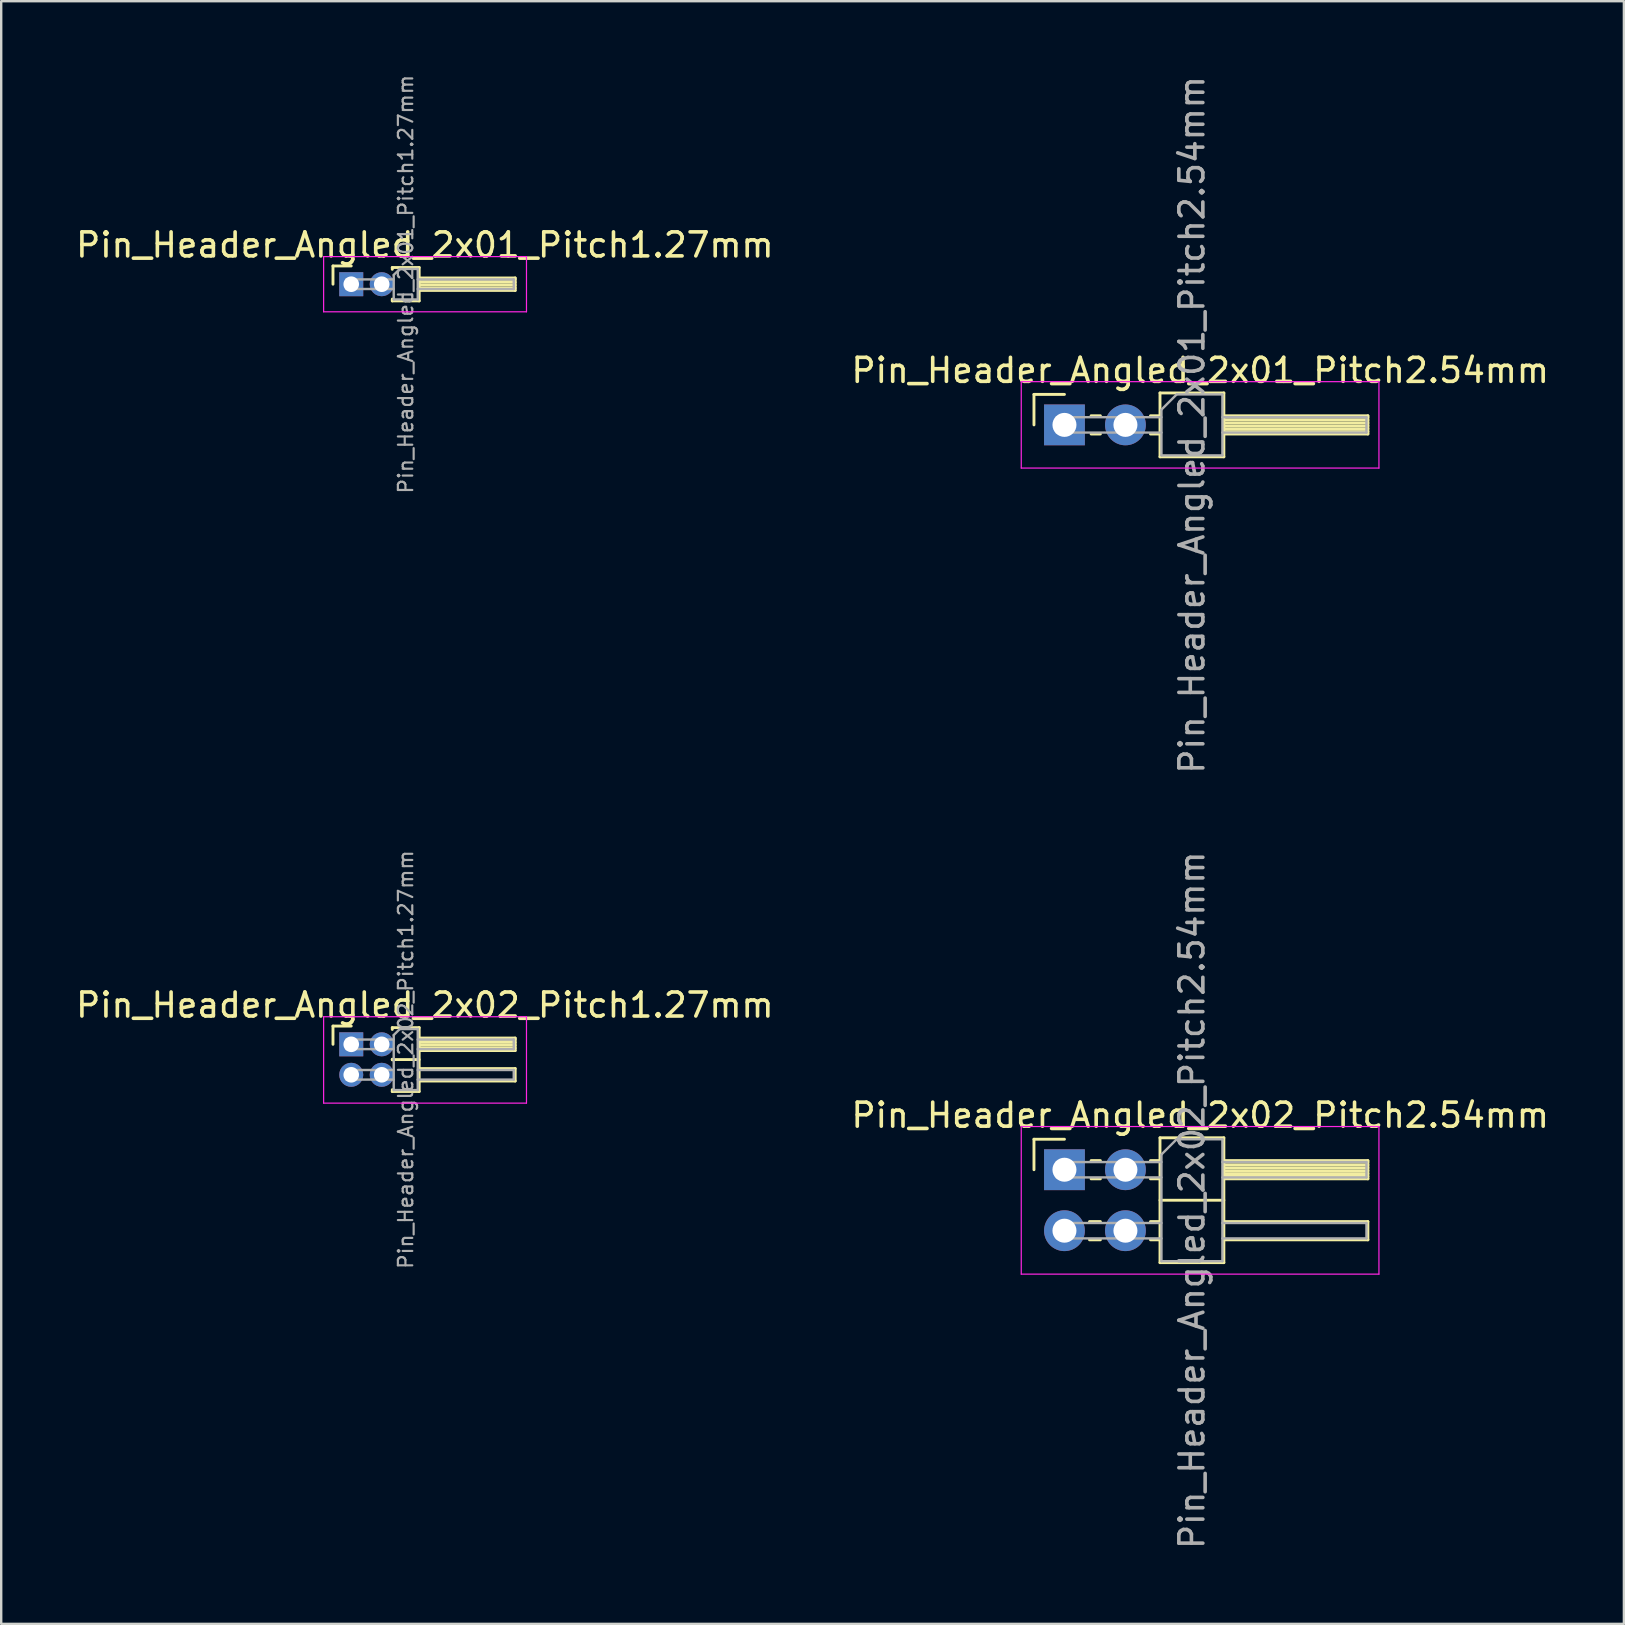
<source format=kicad_pcb>
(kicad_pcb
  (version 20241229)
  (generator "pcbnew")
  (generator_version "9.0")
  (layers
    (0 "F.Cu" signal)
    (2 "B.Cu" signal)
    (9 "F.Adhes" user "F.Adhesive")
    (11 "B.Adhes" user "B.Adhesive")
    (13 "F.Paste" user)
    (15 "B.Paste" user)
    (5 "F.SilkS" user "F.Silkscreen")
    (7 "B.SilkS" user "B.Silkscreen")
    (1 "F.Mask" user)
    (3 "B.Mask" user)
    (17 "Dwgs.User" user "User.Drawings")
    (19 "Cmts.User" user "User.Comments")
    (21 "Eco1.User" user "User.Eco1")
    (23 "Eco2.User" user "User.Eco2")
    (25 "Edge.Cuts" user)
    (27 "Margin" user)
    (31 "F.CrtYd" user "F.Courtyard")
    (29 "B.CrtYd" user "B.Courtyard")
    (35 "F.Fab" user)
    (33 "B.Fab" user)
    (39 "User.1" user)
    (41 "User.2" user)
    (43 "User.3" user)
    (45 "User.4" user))
  (footprint "Pin_Header_Angled_2x02_Pitch2.54mm"
    (layer "F.Cu")
    (at 41.291 45.676)
    (property "Reference" "Pin_Header_Angled_2x02_Pitch2.54mm" (at 5.655 -2.27 0) (layer "F.SilkS") (effects (font (size 1 1) (thickness 0.15))))
    (attr through_hole)
    (fp_line (start -1.27 -1.27) (end 0 -1.27) (stroke (width 0.12) (type solid)) (layer "F.SilkS"))
    (fp_line (start -1.27 0) (end -1.27 -1.27) (stroke (width 0.12) (type solid)) (layer "F.SilkS"))
    (fp_line (start 1.043 2.16) (end 1.497 2.16) (stroke (width 0.12) (type solid)) (layer "F.SilkS"))
    (fp_line (start 1.043 2.92) (end 1.497 2.92) (stroke (width 0.12) (type solid)) (layer "F.SilkS"))
    (fp_line (start 1.11 -0.38) (end 1.497 -0.38) (stroke (width 0.12) (type solid)) (layer "F.SilkS"))
    (fp_line (start 1.11 0.38) (end 1.497 0.38) (stroke (width 0.12) (type solid)) (layer "F.SilkS"))
    (fp_line (start 3.583 -0.38) (end 3.98 -0.38) (stroke (width 0.12) (type solid)) (layer "F.SilkS"))
    (fp_line (start 3.583 0.38) (end 3.98 0.38) (stroke (width 0.12) (type solid)) (layer "F.SilkS"))
    (fp_line (start 3.583 2.16) (end 3.98 2.16) (stroke (width 0.12) (type solid)) (layer "F.SilkS"))
    (fp_line (start 3.583 2.92) (end 3.98 2.92) (stroke (width 0.12) (type solid)) (layer "F.SilkS"))
    (fp_line (start 3.98 -1.33) (end 3.98 3.87) (stroke (width 0.12) (type solid)) (layer "F.SilkS"))
    (fp_line (start 3.98 1.27) (end 6.64 1.27) (stroke (width 0.12) (type solid)) (layer "F.SilkS"))
    (fp_line (start 3.98 3.87) (end 6.64 3.87) (stroke (width 0.12) (type solid)) (layer "F.SilkS"))
    (fp_line (start 6.64 -1.33) (end 3.98 -1.33) (stroke (width 0.12) (type solid)) (layer "F.SilkS"))
    (fp_line (start 6.64 -0.38) (end 12.64 -0.38) (stroke (width 0.12) (type solid)) (layer "F.SilkS"))
    (fp_line (start 6.64 -0.32) (end 12.64 -0.32) (stroke (width 0.12) (type solid)) (layer "F.SilkS"))
    (fp_line (start 6.64 -0.2) (end 12.64 -0.2) (stroke (width 0.12) (type solid)) (layer "F.SilkS"))
    (fp_line (start 6.64 -0.08) (end 12.64 -0.08) (stroke (width 0.12) (type solid)) (layer "F.SilkS"))
    (fp_line (start 6.64 0.04) (end 12.64 0.04) (stroke (width 0.12) (type solid)) (layer "F.SilkS"))
    (fp_line (start 6.64 0.16) (end 12.64 0.16) (stroke (width 0.12) (type solid)) (layer "F.SilkS"))
    (fp_line (start 6.64 0.28) (end 12.64 0.28) (stroke (width 0.12) (type solid)) (layer "F.SilkS"))
    (fp_line (start 6.64 2.16) (end 12.64 2.16) (stroke (width 0.12) (type solid)) (layer "F.SilkS"))
    (fp_line (start 6.64 3.87) (end 6.64 -1.33) (stroke (width 0.12) (type solid)) (layer "F.SilkS"))
    (fp_line (start 12.64 -0.38) (end 12.64 0.38) (stroke (width 0.12) (type solid)) (layer "F.SilkS"))
    (fp_line (start 12.64 0.38) (end 6.64 0.38) (stroke (width 0.12) (type solid)) (layer "F.SilkS"))
    (fp_line (start 12.64 2.16) (end 12.64 2.92) (stroke (width 0.12) (type solid)) (layer "F.SilkS"))
    (fp_line (start 12.64 2.92) (end 6.64 2.92) (stroke (width 0.12) (type solid)) (layer "F.SilkS"))
    (fp_line (start -1.8 -1.8) (end -1.8 4.35) (stroke (width 0.05) (type solid)) (layer "F.CrtYd"))
    (fp_line (start -1.8 4.35) (end 13.1 4.35) (stroke (width 0.05) (type solid)) (layer "F.CrtYd"))
    (fp_line (start 13.1 -1.8) (end -1.8 -1.8) (stroke (width 0.05) (type solid)) (layer "F.CrtYd"))
    (fp_line (start 13.1 4.35) (end 13.1 -1.8) (stroke (width 0.05) (type solid)) (layer "F.CrtYd"))
    (fp_line (start -0.32 -0.32) (end -0.32 0.32) (stroke (width 0.1) (type solid)) (layer "F.Fab"))
    (fp_line (start -0.32 -0.32) (end 4.04 -0.32) (stroke (width 0.1) (type solid)) (layer "F.Fab"))
    (fp_line (start -0.32 0.32) (end 4.04 0.32) (stroke (width 0.1) (type solid)) (layer "F.Fab"))
    (fp_line (start -0.32 2.22) (end -0.32 2.86) (stroke (width 0.1) (type solid)) (layer "F.Fab"))
    (fp_line (start -0.32 2.22) (end 4.04 2.22) (stroke (width 0.1) (type solid)) (layer "F.Fab"))
    (fp_line (start -0.32 2.86) (end 4.04 2.86) (stroke (width 0.1) (type solid)) (layer "F.Fab"))
    (fp_line (start 4.04 -0.635) (end 4.675 -1.27) (stroke (width 0.1) (type solid)) (layer "F.Fab"))
    (fp_line (start 4.04 3.81) (end 4.04 -0.635) (stroke (width 0.1) (type solid)) (layer "F.Fab"))
    (fp_line (start 4.675 -1.27) (end 6.58 -1.27) (stroke (width 0.1) (type solid)) (layer "F.Fab"))
    (fp_line (start 6.58 -1.27) (end 6.58 3.81) (stroke (width 0.1) (type solid)) (layer "F.Fab"))
    (fp_line (start 6.58 -0.32) (end 12.58 -0.32) (stroke (width 0.1) (type solid)) (layer "F.Fab"))
    (fp_line (start 6.58 0.32) (end 12.58 0.32) (stroke (width 0.1) (type solid)) (layer "F.Fab"))
    (fp_line (start 6.58 2.22) (end 12.58 2.22) (stroke (width 0.1) (type solid)) (layer "F.Fab"))
    (fp_line (start 6.58 2.86) (end 12.58 2.86) (stroke (width 0.1) (type solid)) (layer "F.Fab"))
    (fp_line (start 6.58 3.81) (end 4.04 3.81) (stroke (width 0.1) (type solid)) (layer "F.Fab"))
    (fp_line (start 12.58 -0.32) (end 12.58 0.32) (stroke (width 0.1) (type solid)) (layer "F.Fab"))
    (fp_line (start 12.58 2.22) (end 12.58 2.86) (stroke (width 0.1) (type solid)) (layer "F.Fab"))
    (fp_text user "${REFERENCE}" (at 5.31 1.27 90) (layer "F.Fab") (effects (font (size 1 1) (thickness 0.15))))
    (pad "1" thru_hole rect (at 0 0) (size 1.7 1.7) (drill 1) (layers "*.Cu" "*.Mask"))
    (pad "2" thru_hole oval (at 2.54 0) (size 1.7 1.7) (drill 1) (layers "*.Cu" "*.Mask"))
    (pad "3" thru_hole oval (at 0 2.54) (size 1.7 1.7) (drill 1) (layers "*.Cu" "*.Mask"))
    (pad "4" thru_hole oval (at 2.54 2.54) (size 1.7 1.7) (drill 1) (layers "*.Cu" "*.Mask")))
  (footprint "Pin_Header_Angled_2x01_Pitch2.54mm"
    (layer "F.Cu")
    (at 41.291 14.649)
    (property "Reference" "Pin_Header_Angled_2x01_Pitch2.54mm" (at 5.655 -2.27 0) (layer "F.SilkS") (effects (font (size 1 1) (thickness 0.15))))
    (attr through_hole)
    (fp_line (start -1.27 -1.27) (end 0 -1.27) (stroke (width 0.12) (type solid)) (layer "F.SilkS"))
    (fp_line (start -1.27 0) (end -1.27 -1.27) (stroke (width 0.12) (type solid)) (layer "F.SilkS"))
    (fp_line (start 1.11 -0.38) (end 1.497 -0.38) (stroke (width 0.12) (type solid)) (layer "F.SilkS"))
    (fp_line (start 1.11 0.38) (end 1.497 0.38) (stroke (width 0.12) (type solid)) (layer "F.SilkS"))
    (fp_line (start 3.583 -0.38) (end 3.98 -0.38) (stroke (width 0.12) (type solid)) (layer "F.SilkS"))
    (fp_line (start 3.583 0.38) (end 3.98 0.38) (stroke (width 0.12) (type solid)) (layer "F.SilkS"))
    (fp_line (start 3.98 -1.33) (end 3.98 1.33) (stroke (width 0.12) (type solid)) (layer "F.SilkS"))
    (fp_line (start 3.98 1.33) (end 6.64 1.33) (stroke (width 0.12) (type solid)) (layer "F.SilkS"))
    (fp_line (start 6.64 -1.33) (end 3.98 -1.33) (stroke (width 0.12) (type solid)) (layer "F.SilkS"))
    (fp_line (start 6.64 -0.38) (end 12.64 -0.38) (stroke (width 0.12) (type solid)) (layer "F.SilkS"))
    (fp_line (start 6.64 -0.32) (end 12.64 -0.32) (stroke (width 0.12) (type solid)) (layer "F.SilkS"))
    (fp_line (start 6.64 -0.2) (end 12.64 -0.2) (stroke (width 0.12) (type solid)) (layer "F.SilkS"))
    (fp_line (start 6.64 -0.08) (end 12.64 -0.08) (stroke (width 0.12) (type solid)) (layer "F.SilkS"))
    (fp_line (start 6.64 0.04) (end 12.64 0.04) (stroke (width 0.12) (type solid)) (layer "F.SilkS"))
    (fp_line (start 6.64 0.16) (end 12.64 0.16) (stroke (width 0.12) (type solid)) (layer "F.SilkS"))
    (fp_line (start 6.64 0.28) (end 12.64 0.28) (stroke (width 0.12) (type solid)) (layer "F.SilkS"))
    (fp_line (start 6.64 1.33) (end 6.64 -1.33) (stroke (width 0.12) (type solid)) (layer "F.SilkS"))
    (fp_line (start 12.64 -0.38) (end 12.64 0.38) (stroke (width 0.12) (type solid)) (layer "F.SilkS"))
    (fp_line (start 12.64 0.38) (end 6.64 0.38) (stroke (width 0.12) (type solid)) (layer "F.SilkS"))
    (fp_line (start -1.8 -1.8) (end -1.8 1.8) (stroke (width 0.05) (type solid)) (layer "F.CrtYd"))
    (fp_line (start -1.8 1.8) (end 13.1 1.8) (stroke (width 0.05) (type solid)) (layer "F.CrtYd"))
    (fp_line (start 13.1 -1.8) (end -1.8 -1.8) (stroke (width 0.05) (type solid)) (layer "F.CrtYd"))
    (fp_line (start 13.1 1.8) (end 13.1 -1.8) (stroke (width 0.05) (type solid)) (layer "F.CrtYd"))
    (fp_line (start -0.32 -0.32) (end -0.32 0.32) (stroke (width 0.1) (type solid)) (layer "F.Fab"))
    (fp_line (start -0.32 -0.32) (end 4.04 -0.32) (stroke (width 0.1) (type solid)) (layer "F.Fab"))
    (fp_line (start -0.32 0.32) (end 4.04 0.32) (stroke (width 0.1) (type solid)) (layer "F.Fab"))
    (fp_line (start 4.04 -0.635) (end 4.675 -1.27) (stroke (width 0.1) (type solid)) (layer "F.Fab"))
    (fp_line (start 4.04 1.27) (end 4.04 -0.635) (stroke (width 0.1) (type solid)) (layer "F.Fab"))
    (fp_line (start 4.675 -1.27) (end 6.58 -1.27) (stroke (width 0.1) (type solid)) (layer "F.Fab"))
    (fp_line (start 6.58 -1.27) (end 6.58 1.27) (stroke (width 0.1) (type solid)) (layer "F.Fab"))
    (fp_line (start 6.58 -0.32) (end 12.58 -0.32) (stroke (width 0.1) (type solid)) (layer "F.Fab"))
    (fp_line (start 6.58 0.32) (end 12.58 0.32) (stroke (width 0.1) (type solid)) (layer "F.Fab"))
    (fp_line (start 6.58 1.27) (end 4.04 1.27) (stroke (width 0.1) (type solid)) (layer "F.Fab"))
    (fp_line (start 12.58 -0.32) (end 12.58 0.32) (stroke (width 0.1) (type solid)) (layer "F.Fab"))
    (fp_text user "${REFERENCE}" (at 5.31 0 90) (layer "F.Fab") (effects (font (size 1 1) (thickness 0.15))))
    (pad "1" thru_hole rect (at 0 0) (size 1.7 1.7) (drill 1) (layers "*.Cu" "*.Mask"))
    (pad "2" thru_hole oval (at 2.54 0) (size 1.7 1.7) (drill 1) (layers "*.Cu" "*.Mask")))
  (footprint "Pin_Header_Angled_2x01_Pitch1.27mm"
    (layer "F.Cu")
    (at 11.581 8.789)
    (property "Reference" "Pin_Header_Angled_2x01_Pitch1.27mm" (at 3.067 -1.635 0) (layer "F.SilkS") (effects (font (size 1 1) (thickness 0.15))))
    (attr through_hole)
    (fp_line (start -0.76 -0.76) (end 0 -0.76) (stroke (width 0.12) (type solid)) (layer "F.SilkS"))
    (fp_line (start -0.76 0) (end -0.76 -0.76) (stroke (width 0.12) (type solid)) (layer "F.SilkS"))
    (fp_line (start 1.71 -0.695) (end 2.83 -0.695) (stroke (width 0.12) (type solid)) (layer "F.SilkS"))
    (fp_line (start 1.71 -0.62) (end 1.71 -0.695) (stroke (width 0.12) (type solid)) (layer "F.SilkS"))
    (fp_line (start 1.71 0.695) (end 1.71 0.62) (stroke (width 0.12) (type solid)) (layer "F.SilkS"))
    (fp_line (start 2.83 -0.695) (end 2.83 0.695) (stroke (width 0.12) (type solid)) (layer "F.SilkS"))
    (fp_line (start 2.83 -0.26) (end 6.83 -0.26) (stroke (width 0.12) (type solid)) (layer "F.SilkS"))
    (fp_line (start 2.83 -0.2) (end 6.83 -0.2) (stroke (width 0.12) (type solid)) (layer "F.SilkS"))
    (fp_line (start 2.83 -0.08) (end 6.83 -0.08) (stroke (width 0.12) (type solid)) (layer "F.SilkS"))
    (fp_line (start 2.83 0.04) (end 6.83 0.04) (stroke (width 0.12) (type solid)) (layer "F.SilkS"))
    (fp_line (start 2.83 0.16) (end 6.83 0.16) (stroke (width 0.12) (type solid)) (layer "F.SilkS"))
    (fp_line (start 2.83 0.695) (end 1.71 0.695) (stroke (width 0.12) (type solid)) (layer "F.SilkS"))
    (fp_line (start 6.83 -0.26) (end 6.83 0.26) (stroke (width 0.12) (type solid)) (layer "F.SilkS"))
    (fp_line (start 6.83 0.26) (end 2.83 0.26) (stroke (width 0.12) (type solid)) (layer "F.SilkS"))
    (fp_line (start -1.15 -1.15) (end -1.15 1.15) (stroke (width 0.05) (type solid)) (layer "F.CrtYd"))
    (fp_line (start -1.15 1.15) (end 7.3 1.15) (stroke (width 0.05) (type solid)) (layer "F.CrtYd"))
    (fp_line (start 7.3 -1.15) (end -1.15 -1.15) (stroke (width 0.05) (type solid)) (layer "F.CrtYd"))
    (fp_line (start 7.3 1.15) (end 7.3 -1.15) (stroke (width 0.05) (type solid)) (layer "F.CrtYd"))
    (fp_line (start -0.2 -0.2) (end -0.2 0.2) (stroke (width 0.1) (type solid)) (layer "F.Fab"))
    (fp_line (start -0.2 -0.2) (end 1.77 -0.2) (stroke (width 0.1) (type solid)) (layer "F.Fab"))
    (fp_line (start -0.2 0.2) (end 1.77 0.2) (stroke (width 0.1) (type solid)) (layer "F.Fab"))
    (fp_line (start 1.77 -0.385) (end 2.02 -0.635) (stroke (width 0.1) (type solid)) (layer "F.Fab"))
    (fp_line (start 1.77 0.635) (end 1.77 -0.385) (stroke (width 0.1) (type solid)) (layer "F.Fab"))
    (fp_line (start 2.02 -0.635) (end 2.77 -0.635) (stroke (width 0.1) (type solid)) (layer "F.Fab"))
    (fp_line (start 2.77 -0.635) (end 2.77 0.635) (stroke (width 0.1) (type solid)) (layer "F.Fab"))
    (fp_line (start 2.77 -0.2) (end 6.77 -0.2) (stroke (width 0.1) (type solid)) (layer "F.Fab"))
    (fp_line (start 2.77 0.2) (end 6.77 0.2) (stroke (width 0.1) (type solid)) (layer "F.Fab"))
    (fp_line (start 2.77 0.635) (end 1.77 0.635) (stroke (width 0.1) (type solid)) (layer "F.Fab"))
    (fp_line (start 6.77 -0.2) (end 6.77 0.2) (stroke (width 0.1) (type solid)) (layer "F.Fab"))
    (fp_text user "${REFERENCE}" (at 2.27 0 90) (layer "F.Fab") (effects (font (size 0.6 0.6) (thickness 0.09))))
    (pad "1" thru_hole rect (at 0 0) (size 1 1) (drill 0.65) (layers "*.Cu" "*.Mask"))
    (pad "2" thru_hole oval (at 1.27 0) (size 1 1) (drill 0.65) (layers "*.Cu" "*.Mask")))
  (footprint "Pin_Header_Angled_2x02_Pitch1.27mm"
    (layer "F.Cu")
    (at 11.581 40.452)
    (property "Reference" "Pin_Header_Angled_2x02_Pitch1.27mm" (at 3.067 -1.635 0) (layer "F.SilkS") (effects (font (size 1 1) (thickness 0.15))))
    (attr through_hole)
    (fp_line (start -0.76 -0.76) (end 0 -0.76) (stroke (width 0.12) (type solid)) (layer "F.SilkS"))
    (fp_line (start -0.76 0) (end -0.76 -0.76) (stroke (width 0.12) (type solid)) (layer "F.SilkS"))
    (fp_line (start 1.71 -0.695) (end 2.83 -0.695) (stroke (width 0.12) (type solid)) (layer "F.SilkS"))
    (fp_line (start 1.71 -0.62) (end 1.71 -0.695) (stroke (width 0.12) (type solid)) (layer "F.SilkS"))
    (fp_line (start 1.71 0.62) (end 1.71 0.65) (stroke (width 0.12) (type solid)) (layer "F.SilkS"))
    (fp_line (start 1.71 0.635) (end 2.83 0.635) (stroke (width 0.12) (type solid)) (layer "F.SilkS"))
    (fp_line (start 1.71 1.965) (end 1.71 1.89) (stroke (width 0.12) (type solid)) (layer "F.SilkS"))
    (fp_line (start 2.83 -0.695) (end 2.83 1.965) (stroke (width 0.12) (type solid)) (layer "F.SilkS"))
    (fp_line (start 2.83 -0.26) (end 6.83 -0.26) (stroke (width 0.12) (type solid)) (layer "F.SilkS"))
    (fp_line (start 2.83 -0.2) (end 6.83 -0.2) (stroke (width 0.12) (type solid)) (layer "F.SilkS"))
    (fp_line (start 2.83 -0.08) (end 6.83 -0.08) (stroke (width 0.12) (type solid)) (layer "F.SilkS"))
    (fp_line (start 2.83 0.04) (end 6.83 0.04) (stroke (width 0.12) (type solid)) (layer "F.SilkS"))
    (fp_line (start 2.83 0.16) (end 6.83 0.16) (stroke (width 0.12) (type solid)) (layer "F.SilkS"))
    (fp_line (start 2.83 1.01) (end 6.83 1.01) (stroke (width 0.12) (type solid)) (layer "F.SilkS"))
    (fp_line (start 2.83 1.965) (end 1.71 1.965) (stroke (width 0.12) (type solid)) (layer "F.SilkS"))
    (fp_line (start 6.83 -0.26) (end 6.83 0.26) (stroke (width 0.12) (type solid)) (layer "F.SilkS"))
    (fp_line (start 6.83 0.26) (end 2.83 0.26) (stroke (width 0.12) (type solid)) (layer "F.SilkS"))
    (fp_line (start 6.83 1.01) (end 6.83 1.53) (stroke (width 0.12) (type solid)) (layer "F.SilkS"))
    (fp_line (start 6.83 1.53) (end 2.83 1.53) (stroke (width 0.12) (type solid)) (layer "F.SilkS"))
    (fp_line (start -1.15 -1.15) (end -1.15 2.45) (stroke (width 0.05) (type solid)) (layer "F.CrtYd"))
    (fp_line (start -1.15 2.45) (end 7.3 2.45) (stroke (width 0.05) (type solid)) (layer "F.CrtYd"))
    (fp_line (start 7.3 -1.15) (end -1.15 -1.15) (stroke (width 0.05) (type solid)) (layer "F.CrtYd"))
    (fp_line (start 7.3 2.45) (end 7.3 -1.15) (stroke (width 0.05) (type solid)) (layer "F.CrtYd"))
    (fp_line (start -0.2 -0.2) (end -0.2 0.2) (stroke (width 0.1) (type solid)) (layer "F.Fab"))
    (fp_line (start -0.2 -0.2) (end 1.77 -0.2) (stroke (width 0.1) (type solid)) (layer "F.Fab"))
    (fp_line (start -0.2 0.2) (end 1.77 0.2) (stroke (width 0.1) (type solid)) (layer "F.Fab"))
    (fp_line (start -0.2 1.07) (end -0.2 1.47) (stroke (width 0.1) (type solid)) (layer "F.Fab"))
    (fp_line (start -0.2 1.07) (end 1.77 1.07) (stroke (width 0.1) (type solid)) (layer "F.Fab"))
    (fp_line (start -0.2 1.47) (end 1.77 1.47) (stroke (width 0.1) (type solid)) (layer "F.Fab"))
    (fp_line (start 1.77 -0.385) (end 2.02 -0.635) (stroke (width 0.1) (type solid)) (layer "F.Fab"))
    (fp_line (start 1.77 1.905) (end 1.77 -0.385) (stroke (width 0.1) (type solid)) (layer "F.Fab"))
    (fp_line (start 2.02 -0.635) (end 2.77 -0.635) (stroke (width 0.1) (type solid)) (layer "F.Fab"))
    (fp_line (start 2.77 -0.635) (end 2.77 1.905) (stroke (width 0.1) (type solid)) (layer "F.Fab"))
    (fp_line (start 2.77 -0.2) (end 6.77 -0.2) (stroke (width 0.1) (type solid)) (layer "F.Fab"))
    (fp_line (start 2.77 0.2) (end 6.77 0.2) (stroke (width 0.1) (type solid)) (layer "F.Fab"))
    (fp_line (start 2.77 1.07) (end 6.77 1.07) (stroke (width 0.1) (type solid)) (layer "F.Fab"))
    (fp_line (start 2.77 1.47) (end 6.77 1.47) (stroke (width 0.1) (type solid)) (layer "F.Fab"))
    (fp_line (start 2.77 1.905) (end 1.77 1.905) (stroke (width 0.1) (type solid)) (layer "F.Fab"))
    (fp_line (start 6.77 -0.2) (end 6.77 0.2) (stroke (width 0.1) (type solid)) (layer "F.Fab"))
    (fp_line (start 6.77 1.07) (end 6.77 1.47) (stroke (width 0.1) (type solid)) (layer "F.Fab"))
    (fp_text user "${REFERENCE}" (at 2.27 0.635 90) (layer "F.Fab") (effects (font (size 0.6 0.6) (thickness 0.09))))
    (pad "1" thru_hole rect (at 0 0) (size 1 1) (drill 0.65) (layers "*.Cu" "*.Mask"))
    (pad "2" thru_hole oval (at 1.27 0) (size 1 1) (drill 0.65) (layers "*.Cu" "*.Mask"))
    (pad "3" thru_hole oval (at 0 1.27) (size 1 1) (drill 0.65) (layers "*.Cu" "*.Mask"))
    (pad "4" thru_hole oval (at 1.27 1.27) (size 1 1) (drill 0.65) (layers "*.Cu" "*.Mask")))
  (gr_rect
    (start -3 -3)
    (end 64.595 64.595)
    (stroke (width 0.1) (type default))
    (fill no)
    (layer "Edge.Cuts")))
</source>
